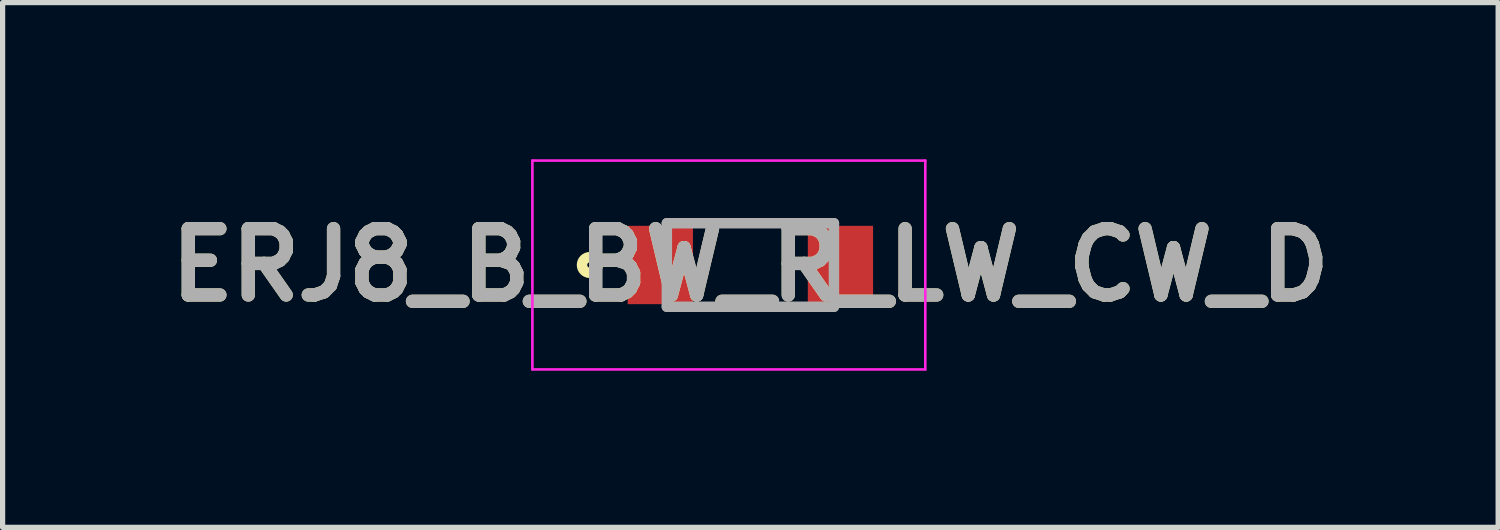
<source format=kicad_pcb>
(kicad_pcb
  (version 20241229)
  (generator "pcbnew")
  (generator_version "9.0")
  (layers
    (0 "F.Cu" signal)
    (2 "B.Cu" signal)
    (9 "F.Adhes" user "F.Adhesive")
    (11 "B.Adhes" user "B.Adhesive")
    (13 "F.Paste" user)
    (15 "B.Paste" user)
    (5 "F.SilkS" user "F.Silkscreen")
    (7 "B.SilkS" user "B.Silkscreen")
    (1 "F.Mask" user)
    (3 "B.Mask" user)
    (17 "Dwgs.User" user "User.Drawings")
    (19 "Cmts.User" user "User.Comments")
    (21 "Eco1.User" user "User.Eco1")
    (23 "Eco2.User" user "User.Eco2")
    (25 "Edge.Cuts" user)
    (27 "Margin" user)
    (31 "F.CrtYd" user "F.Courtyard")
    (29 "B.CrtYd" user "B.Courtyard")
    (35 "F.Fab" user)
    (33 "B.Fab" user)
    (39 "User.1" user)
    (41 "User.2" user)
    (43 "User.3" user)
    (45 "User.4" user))
  (footprint "ERJ8_B_BW_R_LW_CW_D"
    (layer "F.Cu")
    (at 11.321 2.025)
    (property "Reference" "ERJ8_B_BW_R_LW_CW_D" (at 0 0 0) (layer "F.SilkS") (effects (font (size 1.27 1.27) (thickness 0.254))))
    (attr smd)
    (fp_circle (center -3.075 0) (end -3.075 0.05) (stroke (width 0.2) (type solid)) (fill no) (layer "F.SilkS"))
    (fp_line (start -4.175 -2) (end 3.35 -2) (stroke (width 0.05) (type solid)) (layer "F.CrtYd"))
    (fp_line (start -4.175 2) (end -4.175 -2) (stroke (width 0.05) (type solid)) (layer "F.CrtYd"))
    (fp_line (start 3.35 -2) (end 3.35 2) (stroke (width 0.05) (type solid)) (layer "F.CrtYd"))
    (fp_line (start 3.35 2) (end -4.175 2) (stroke (width 0.05) (type solid)) (layer "F.CrtYd"))
    (fp_line (start -1.6 -0.8) (end 1.6 -0.8) (stroke (width 0.2) (type solid)) (layer "F.Fab"))
    (fp_line (start -1.6 0.8) (end -1.6 -0.8) (stroke (width 0.2) (type solid)) (layer "F.Fab"))
    (fp_line (start 1.6 -0.8) (end 1.6 0.8) (stroke (width 0.2) (type solid)) (layer "F.Fab"))
    (fp_line (start 1.6 0.8) (end -1.6 0.8) (stroke (width 0.2) (type solid)) (layer "F.Fab"))
    (fp_text user "${REFERENCE}" (at 0 0 0) (layer "F.Fab") (effects (font (size 1.27 1.27) (thickness 0.254))))
    (pad "1" smd rect (at -1.725 0) (size 1.25 1.5) (layers "F.Cu" "F.Mask" "F.Paste"))
    (pad "2" smd rect (at 1.725 0) (size 1.25 1.5) (layers "F.Cu" "F.Mask" "F.Paste")))
  (gr_rect
    (start -3 -3)
    (end 25.642 7.05)
    (stroke (width 0.1) (type default))
    (fill no)
    (layer "Edge.Cuts")))
</source>
